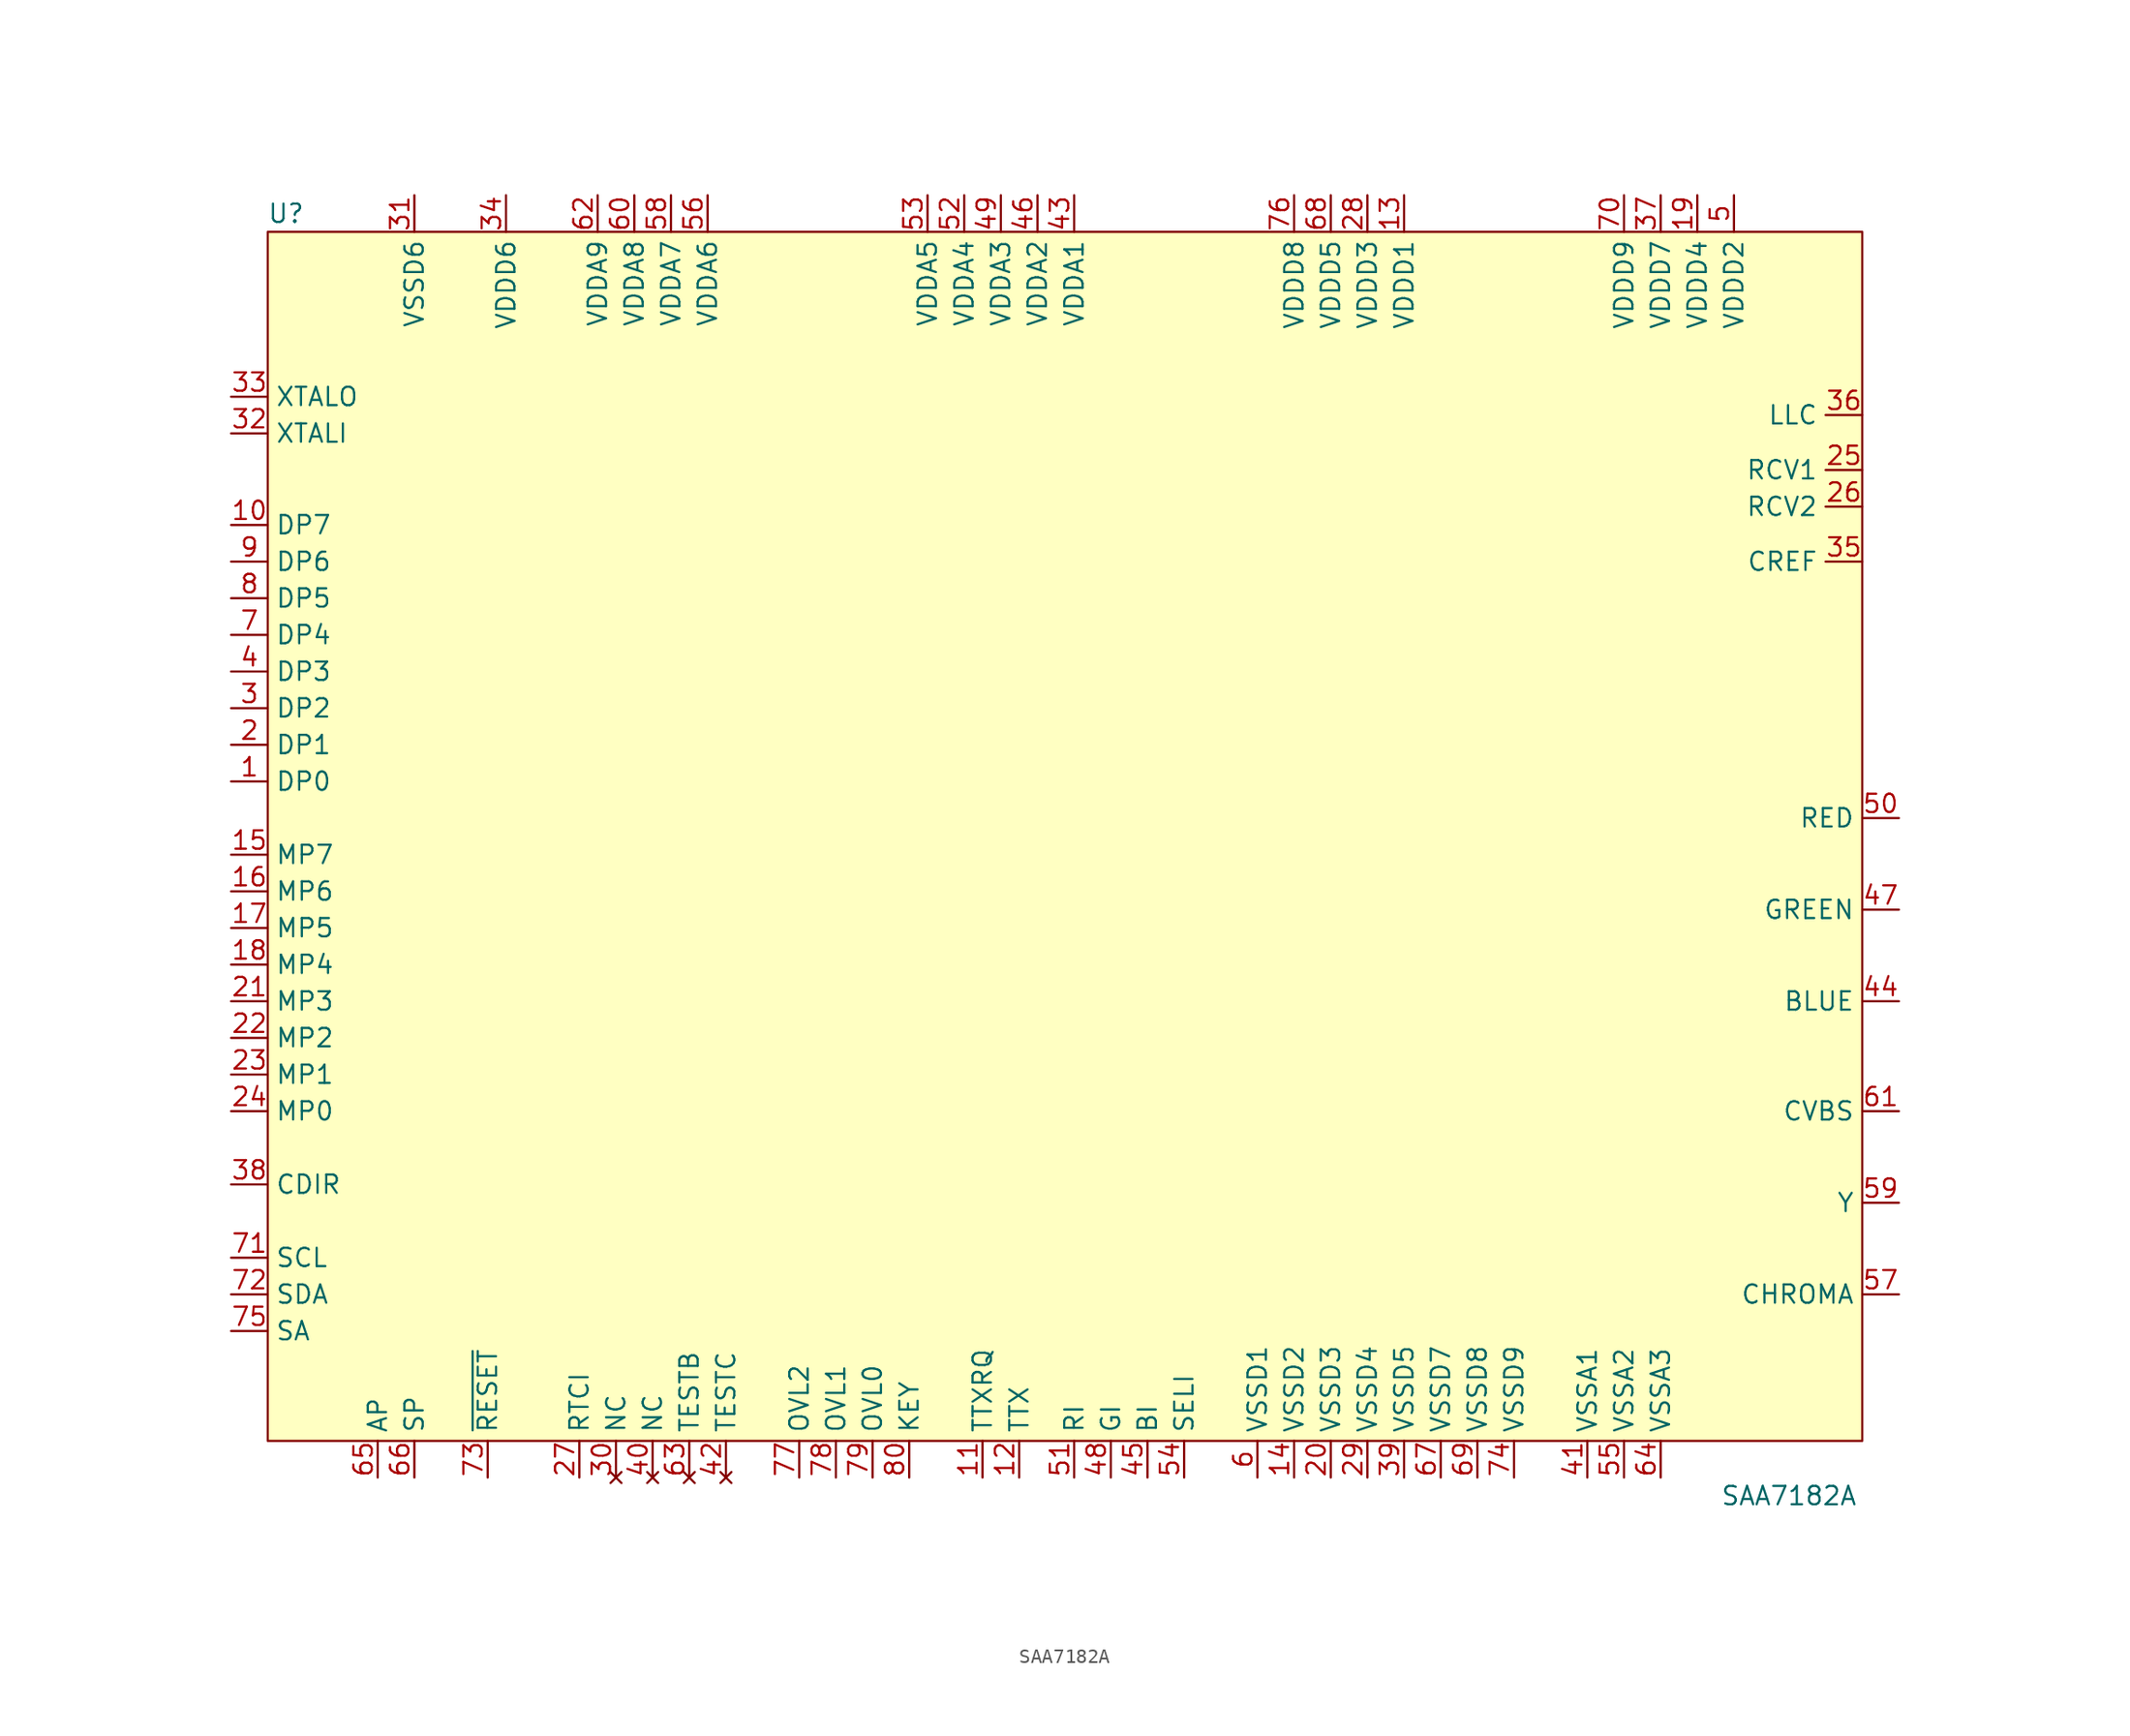
<source format=kicad_sym>
(kicad_symbol_lib
  (version 20220914)
  (generator kicad_symbol_editor)
  (symbol "SAA7182A"
    (property "Reference" "U"
      (at -54.61 43.18 0)
      (effects (font (size 1.27 1.27))))
    (property "Value" "SAA7182A"
      (at 49.53 -45.72 0)
      (effects (font (size 1.27 1.27))))
    (symbol "SAA7182A_1_1"
      (rectangle (start -55.88 41.91) (end 54.61 -41.91) (stroke (width 0) (type default)) (fill (type background)))
      (pin input line (at -58.42 3.81 0) (length 2.54) (name "DP0" (effects (font (size 1.27 1.27)))) (number "1" (effects (font (size 1.27 1.27)))))
      (pin input line (at -58.42 21.59 0) (length 2.54) (name "DP7" (effects (font (size 1.27 1.27)))) (number "10" (effects (font (size 1.27 1.27)))))
      (pin output line (at -6.35 -44.45 90) (length 2.54) (name "TTXRQ" (effects (font (size 1.27 1.27)))) (number "11" (effects (font (size 1.27 1.27)))))
      (pin input line (at -3.81 -44.45 90) (length 2.54) (name "TTX" (effects (font (size 1.27 1.27)))) (number "12" (effects (font (size 1.27 1.27)))))
      (pin power_in line (at 22.86 44.45 270) (length 2.54) (name "VDDD1" (effects (font (size 1.27 1.27)))) (number "13" (effects (font (size 1.27 1.27)))))
      (pin power_in line (at 15.24 -44.45 90) (length 2.54) (name "VSSD2" (effects (font (size 1.27 1.27)))) (number "14" (effects (font (size 1.27 1.27)))))
      (pin input line (at -58.42 -1.27 0) (length 2.54) (name "MP7" (effects (font (size 1.27 1.27)))) (number "15" (effects (font (size 1.27 1.27)))))
      (pin input line (at -58.42 -3.81 0) (length 2.54) (name "MP6" (effects (font (size 1.27 1.27)))) (number "16" (effects (font (size 1.27 1.27)))))
      (pin input line (at -58.42 -6.35 0) (length 2.54) (name "MP5" (effects (font (size 1.27 1.27)))) (number "17" (effects (font (size 1.27 1.27)))))
      (pin input line (at -58.42 -8.89 0) (length 2.54) (name "MP4" (effects (font (size 1.27 1.27)))) (number "18" (effects (font (size 1.27 1.27)))))
      (pin power_in line (at 43.18 44.45 270) (length 2.54) (name "VDDD4" (effects (font (size 1.27 1.27)))) (number "19" (effects (font (size 1.27 1.27)))))
      (pin input line (at -58.42 6.35 0) (length 2.54) (name "DP1" (effects (font (size 1.27 1.27)))) (number "2" (effects (font (size 1.27 1.27)))))
      (pin power_in line (at 17.78 -44.45 90) (length 2.54) (name "VSSD3" (effects (font (size 1.27 1.27)))) (number "20" (effects (font (size 1.27 1.27)))))
      (pin input line (at -58.42 -11.43 0) (length 2.54) (name "MP3" (effects (font (size 1.27 1.27)))) (number "21" (effects (font (size 1.27 1.27)))))
      (pin input line (at -58.42 -13.97 0) (length 2.54) (name "MP2" (effects (font (size 1.27 1.27)))) (number "22" (effects (font (size 1.27 1.27)))))
      (pin input line (at -58.42 -16.51 0) (length 2.54) (name "MP1" (effects (font (size 1.27 1.27)))) (number "23" (effects (font (size 1.27 1.27)))))
      (pin input line (at -58.42 -19.05 0) (length 2.54) (name "MP0" (effects (font (size 1.27 1.27)))) (number "24" (effects (font (size 1.27 1.27)))))
      (pin output line (at 54.61 25.4 180) (length 2.54) (name "RCV1" (effects (font (size 1.27 1.27)))) (number "25" (effects (font (size 1.27 1.27)))))
      (pin output line (at 54.61 22.86 180) (length 2.54) (name "RCV2" (effects (font (size 1.27 1.27)))) (number "26" (effects (font (size 1.27 1.27)))))
      (pin input line (at -34.29 -44.45 90) (length 2.54) (name "RTCI" (effects (font (size 1.27 1.27)))) (number "27" (effects (font (size 1.27 1.27)))))
      (pin power_in line (at 20.32 44.45 270) (length 2.54) (name "VDDD3" (effects (font (size 1.27 1.27)))) (number "28" (effects (font (size 1.27 1.27)))))
      (pin power_in line (at 20.32 -44.45 90) (length 2.54) (name "VSSD4" (effects (font (size 1.27 1.27)))) (number "29" (effects (font (size 1.27 1.27)))))
      (pin input line (at -58.42 8.89 0) (length 2.54) (name "DP2" (effects (font (size 1.27 1.27)))) (number "3" (effects (font (size 1.27 1.27)))))
      (pin no_connect line (at -31.75 -44.45 90) (length 2.54) (name "NC" (effects (font (size 1.27 1.27)))) (number "30" (effects (font (size 1.27 1.27)))))
      (pin power_in line (at -45.72 44.45 270) (length 2.54) (name "VSSD6" (effects (font (size 1.27 1.27)))) (number "31" (effects (font (size 1.27 1.27)))))
      (pin input line (at -58.42 27.94 0) (length 2.54) (name "XTALI" (effects (font (size 1.27 1.27)))) (number "32" (effects (font (size 1.27 1.27)))))
      (pin output line (at -58.42 30.48 0) (length 2.54) (name "XTALO" (effects (font (size 1.27 1.27)))) (number "33" (effects (font (size 1.27 1.27)))))
      (pin power_in line (at -39.37 44.45 270) (length 2.54) (name "VDDD6" (effects (font (size 1.27 1.27)))) (number "34" (effects (font (size 1.27 1.27)))))
      (pin output line (at 54.61 19.05 180) (length 2.54) (name "CREF" (effects (font (size 1.27 1.27)))) (number "35" (effects (font (size 1.27 1.27)))))
      (pin bidirectional line (at 54.61 29.21 180) (length 2.54) (name "LLC" (effects (font (size 1.27 1.27)))) (number "36" (effects (font (size 1.27 1.27)))))
      (pin power_in line (at 40.64 44.45 270) (length 2.54) (name "VDDD7" (effects (font (size 1.27 1.27)))) (number "37" (effects (font (size 1.27 1.27)))))
      (pin input line (at -58.42 -24.13 0) (length 2.54) (name "CDIR" (effects (font (size 1.27 1.27)))) (number "38" (effects (font (size 1.27 1.27)))))
      (pin power_in line (at 22.86 -44.45 90) (length 2.54) (name "VSSD5" (effects (font (size 1.27 1.27)))) (number "39" (effects (font (size 1.27 1.27)))))
      (pin input line (at -58.42 11.43 0) (length 2.54) (name "DP3" (effects (font (size 1.27 1.27)))) (number "4" (effects (font (size 1.27 1.27)))))
      (pin no_connect line (at -29.21 -44.45 90) (length 2.54) (name "NC" (effects (font (size 1.27 1.27)))) (number "40" (effects (font (size 1.27 1.27)))))
      (pin power_in line (at 35.56 -44.45 90) (length 2.54) (name "VSSA1" (effects (font (size 1.27 1.27)))) (number "41" (effects (font (size 1.27 1.27)))))
      (pin no_connect line (at -24.13 -44.45 90) (length 2.54) (name "TESTC" (effects (font (size 1.27 1.27)))) (number "42" (effects (font (size 1.27 1.27)))))
      (pin power_in line (at 0 44.45 270) (length 2.54) (name "VDDA1" (effects (font (size 1.27 1.27)))) (number "43" (effects (font (size 1.27 1.27)))))
      (pin output line (at 57.15 -11.43 180) (length 2.54) (name "BLUE" (effects (font (size 1.27 1.27)))) (number "44" (effects (font (size 1.27 1.27)))))
      (pin input line (at 5.08 -44.45 90) (length 2.54) (name "BI" (effects (font (size 1.27 1.27)))) (number "45" (effects (font (size 1.27 1.27)))))
      (pin power_in line (at -2.54 44.45 270) (length 2.54) (name "VDDA2" (effects (font (size 1.27 1.27)))) (number "46" (effects (font (size 1.27 1.27)))))
      (pin output line (at 57.15 -5.08 180) (length 2.54) (name "GREEN" (effects (font (size 1.27 1.27)))) (number "47" (effects (font (size 1.27 1.27)))))
      (pin input line (at 2.54 -44.45 90) (length 2.54) (name "GI" (effects (font (size 1.27 1.27)))) (number "48" (effects (font (size 1.27 1.27)))))
      (pin power_in line (at -5.08 44.45 270) (length 2.54) (name "VDDA3" (effects (font (size 1.27 1.27)))) (number "49" (effects (font (size 1.27 1.27)))))
      (pin power_in line (at 45.72 44.45 270) (length 2.54) (name "VDDD2" (effects (font (size 1.27 1.27)))) (number "5" (effects (font (size 1.27 1.27)))))
      (pin output line (at 57.15 1.27 180) (length 2.54) (name "RED" (effects (font (size 1.27 1.27)))) (number "50" (effects (font (size 1.27 1.27)))))
      (pin input line (at 0 -44.45 90) (length 2.54) (name "RI" (effects (font (size 1.27 1.27)))) (number "51" (effects (font (size 1.27 1.27)))))
      (pin power_in line (at -7.62 44.45 270) (length 2.54) (name "VDDA4" (effects (font (size 1.27 1.27)))) (number "52" (effects (font (size 1.27 1.27)))))
      (pin power_in line (at -10.16 44.45 270) (length 2.54) (name "VDDA5" (effects (font (size 1.27 1.27)))) (number "53" (effects (font (size 1.27 1.27)))))
      (pin input line (at 7.62 -44.45 90) (length 2.54) (name "SELI" (effects (font (size 1.27 1.27)))) (number "54" (effects (font (size 1.27 1.27)))))
      (pin power_in line (at 38.1 -44.45 90) (length 2.54) (name "VSSA2" (effects (font (size 1.27 1.27)))) (number "55" (effects (font (size 1.27 1.27)))))
      (pin power_in line (at -25.4 44.45 270) (length 2.54) (name "VDDA6" (effects (font (size 1.27 1.27)))) (number "56" (effects (font (size 1.27 1.27)))))
      (pin output line (at 57.15 -31.75 180) (length 2.54) (name "CHROMA" (effects (font (size 1.27 1.27)))) (number "57" (effects (font (size 1.27 1.27)))))
      (pin power_in line (at -27.94 44.45 270) (length 2.54) (name "VDDA7" (effects (font (size 1.27 1.27)))) (number "58" (effects (font (size 1.27 1.27)))))
      (pin output line (at 57.15 -25.4 180) (length 2.54) (name "Y" (effects (font (size 1.27 1.27)))) (number "59" (effects (font (size 1.27 1.27)))))
      (pin power_in line (at 12.7 -44.45 90) (length 2.54) (name "VSSD1" (effects (font (size 1.27 1.27)))) (number "6" (effects (font (size 1.27 1.27)))))
      (pin power_in line (at -30.48 44.45 270) (length 2.54) (name "VDDA8" (effects (font (size 1.27 1.27)))) (number "60" (effects (font (size 1.27 1.27)))))
      (pin output line (at 57.15 -19.05 180) (length 2.54) (name "CVBS" (effects (font (size 1.27 1.27)))) (number "61" (effects (font (size 1.27 1.27)))))
      (pin power_in line (at -33.02 44.45 270) (length 2.54) (name "VDDA9" (effects (font (size 1.27 1.27)))) (number "62" (effects (font (size 1.27 1.27)))))
      (pin no_connect line (at -26.67 -44.45 90) (length 2.54) (name "TESTB" (effects (font (size 1.27 1.27)))) (number "63" (effects (font (size 1.27 1.27)))))
      (pin power_in line (at 40.64 -44.45 90) (length 2.54) (name "VSSA3" (effects (font (size 1.27 1.27)))) (number "64" (effects (font (size 1.27 1.27)))))
      (pin input line (at -48.26 -44.45 90) (length 2.54) (name "AP" (effects (font (size 1.27 1.27)))) (number "65" (effects (font (size 1.27 1.27)))))
      (pin input line (at -45.72 -44.45 90) (length 2.54) (name "SP" (effects (font (size 1.27 1.27)))) (number "66" (effects (font (size 1.27 1.27)))))
      (pin power_in line (at 25.4 -44.45 90) (length 2.54) (name "VSSD7" (effects (font (size 1.27 1.27)))) (number "67" (effects (font (size 1.27 1.27)))))
      (pin power_in line (at 17.78 44.45 270) (length 2.54) (name "VDDD5" (effects (font (size 1.27 1.27)))) (number "68" (effects (font (size 1.27 1.27)))))
      (pin power_in line (at 27.94 -44.45 90) (length 2.54) (name "VSSD8" (effects (font (size 1.27 1.27)))) (number "69" (effects (font (size 1.27 1.27)))))
      (pin input line (at -58.42 13.97 0) (length 2.54) (name "DP4" (effects (font (size 1.27 1.27)))) (number "7" (effects (font (size 1.27 1.27)))))
      (pin power_in line (at 38.1 44.45 270) (length 2.54) (name "VDDD9" (effects (font (size 1.27 1.27)))) (number "70" (effects (font (size 1.27 1.27)))))
      (pin input line (at -58.42 -29.21 0) (length 2.54) (name "SCL" (effects (font (size 1.27 1.27)))) (number "71" (effects (font (size 1.27 1.27)))))
      (pin bidirectional line (at -58.42 -31.75 0) (length 2.54) (name "SDA" (effects (font (size 1.27 1.27)))) (number "72" (effects (font (size 1.27 1.27)))))
      (pin input line (at -40.64 -44.45 90) (length 2.54) (name "~{RESET}" (effects (font (size 1.27 1.27)))) (number "73" (effects (font (size 1.27 1.27)))))
      (pin power_in line (at 30.48 -44.45 90) (length 2.54) (name "VSSD9" (effects (font (size 1.27 1.27)))) (number "74" (effects (font (size 1.27 1.27)))))
      (pin input line (at -58.42 -34.29 0) (length 2.54) (name "SA" (effects (font (size 1.27 1.27)))) (number "75" (effects (font (size 1.27 1.27)))))
      (pin power_in line (at 15.24 44.45 270) (length 2.54) (name "VDDD8" (effects (font (size 1.27 1.27)))) (number "76" (effects (font (size 1.27 1.27)))))
      (pin input line (at -19.05 -44.45 90) (length 2.54) (name "OVL2" (effects (font (size 1.27 1.27)))) (number "77" (effects (font (size 1.27 1.27)))))
      (pin input line (at -16.51 -44.45 90) (length 2.54) (name "OVL1" (effects (font (size 1.27 1.27)))) (number "78" (effects (font (size 1.27 1.27)))))
      (pin input line (at -13.97 -44.45 90) (length 2.54) (name "OVL0" (effects (font (size 1.27 1.27)))) (number "79" (effects (font (size 1.27 1.27)))))
      (pin input line (at -58.42 16.51 0) (length 2.54) (name "DP5" (effects (font (size 1.27 1.27)))) (number "8" (effects (font (size 1.27 1.27)))))
      (pin input line (at -11.43 -44.45 90) (length 2.54) (name "KEY" (effects (font (size 1.27 1.27)))) (number "80" (effects (font (size 1.27 1.27)))))
      (pin input line (at -58.42 19.05 0) (length 2.54) (name "DP6" (effects (font (size 1.27 1.27)))) (number "9" (effects (font (size 1.27 1.27))))))))
</source>
